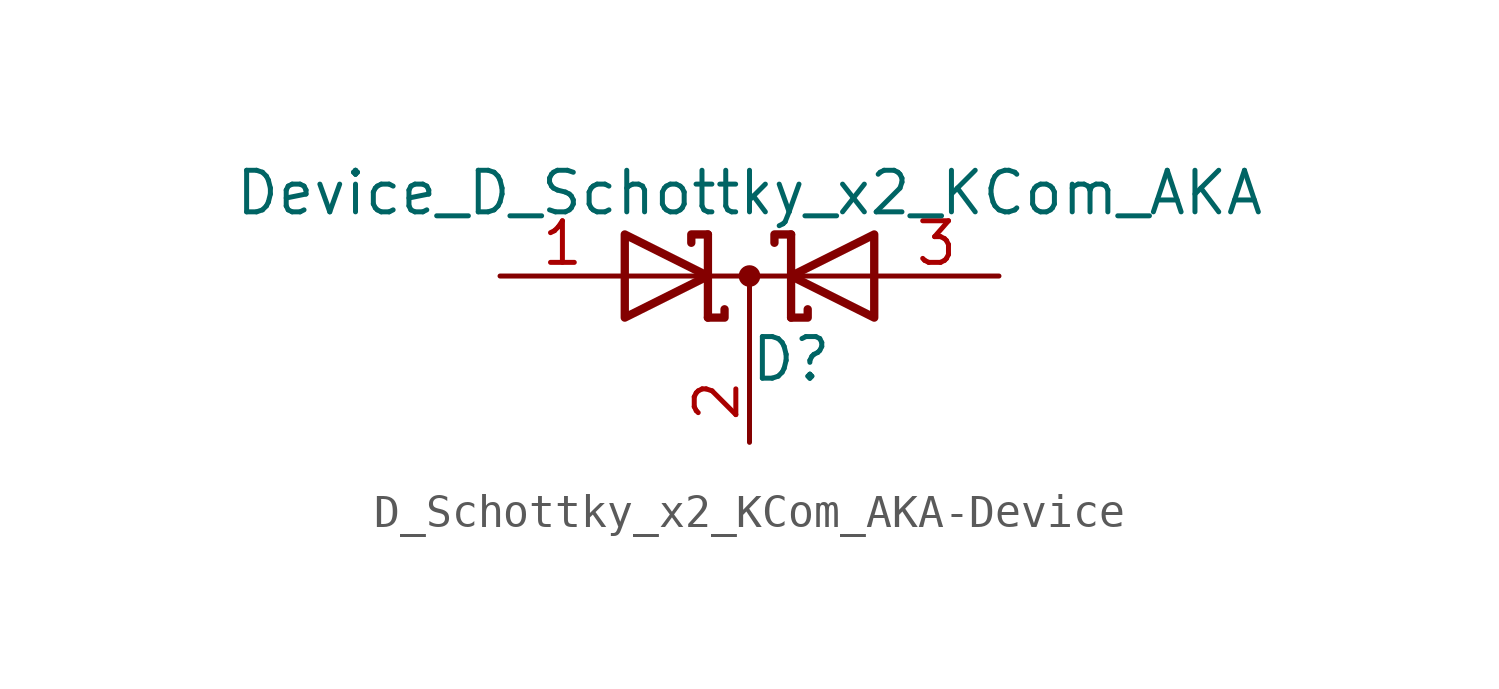
<source format=kicad_sym>
(kicad_symbol_lib
  (version 20220914)
  (generator kicad_symbol_editor)
  (symbol "D_Schottky_x2_KCom_AKA-Device"
    (pin_names
      (offset 0.762) hide)
    (property "Reference" "D"
      (at 1.27 -2.54 0)
      (effects (font (size 1.27 1.27))))
    (property "Value" "Device_D_Schottky_x2_KCom_AKA"
      (at 0 2.54 0)
      (effects (font (size 1.27 1.27))))
    (symbol "D_Schottky_x2_KCom_AKA-Device_0_1"
      (polyline (pts (xy 0 0) (xy 0 -2.54)) (stroke (width 0) (type solid)) (fill (type none)))
      (polyline (pts (xy 3.81 0) (xy -3.81 0)) (stroke (width 0) (type solid)) (fill (type none)))
      (polyline (pts (xy -1.27 -1.27) (xy -1.27 1.27) (xy -1.27 1.27)) (stroke (width 0.254) (type solid)) (fill (type none)))
      (polyline (pts (xy 1.27 -1.27) (xy 1.27 1.27) (xy 1.27 1.27)) (stroke (width 0.254) (type solid)) (fill (type none)))
      (polyline (pts (xy -1.27 -1.27) (xy -0.762 -1.27) (xy -0.762 -1.016) (xy -0.762 -1.016)) (stroke (width 0.254) (type solid)) (fill (type none)))
      (polyline (pts (xy 1.27 -1.27) (xy 1.778 -1.27) (xy 1.778 -1.016) (xy 1.778 -1.016)) (stroke (width 0.254) (type solid)) (fill (type none)))
      (polyline (pts (xy 1.27 1.27) (xy 0.762 1.27) (xy 0.762 1.016) (xy 0.762 1.016)) (stroke (width 0.254) (type solid)) (fill (type none)))
      (polyline (pts (xy -1.778 1.016) (xy -1.778 1.27) (xy -1.27 1.27) (xy -1.27 1.27) (xy -1.27 1.27)) (stroke (width 0.254) (type solid)) (fill (type none)))
      (polyline (pts (xy -3.81 1.27) (xy -1.27 0) (xy -3.81 -1.27) (xy -3.81 1.27) (xy -3.81 1.27) (xy -3.81 1.27)) (stroke (width 0.254) (type solid)) (fill (type none)))
      (polyline (pts (xy 3.81 -1.27) (xy 1.27 0) (xy 3.81 1.27) (xy 3.81 -1.27) (xy 3.81 -1.27) (xy 3.81 -1.27)) (stroke (width 0.254) (type solid)) (fill (type none)))
      (circle (center 0 0) (radius 0.254) (stroke (width 0) (type solid)) (fill (type outline)))
      (pin passive line (at -7.62 0 0) (length 3.81) (name "A" (effects (font (size 1.27 1.27)))) (number "1" (effects (font (size 1.27 1.27)))))
      (pin passive line (at 0 -5.08 90) (length 2.54) (name "K" (effects (font (size 1.27 1.27)))) (number "2" (effects (font (size 1.27 1.27)))))
      (pin passive line (at 7.62 0 180) (length 3.81) (name "A" (effects (font (size 1.27 1.27)))) (number "3" (effects (font (size 1.27 1.27))))))))
</source>
